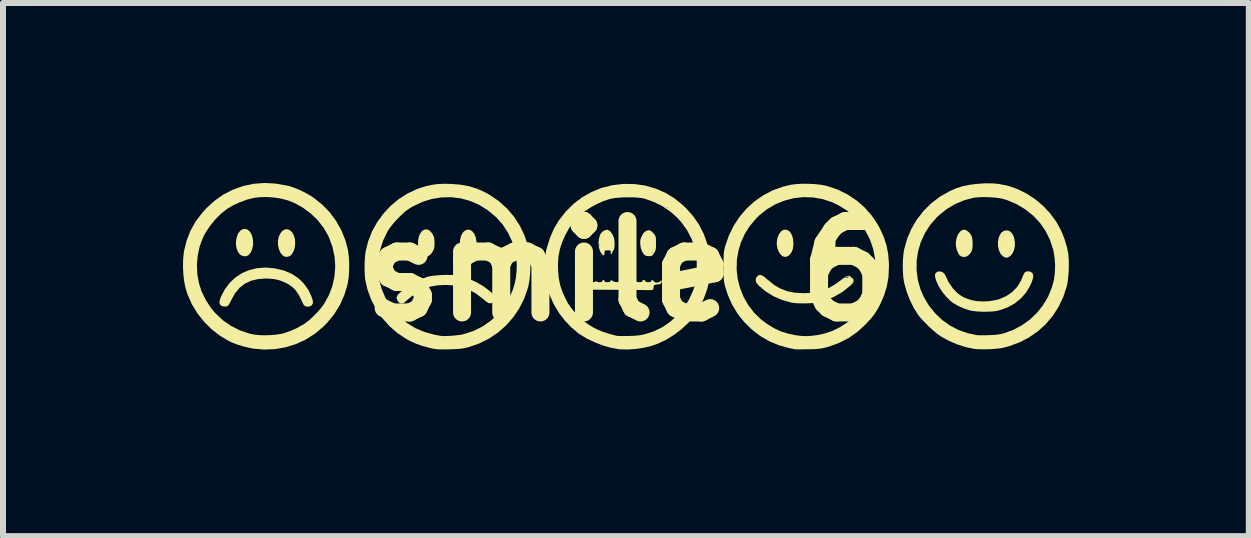
<source format=kicad_pcb>
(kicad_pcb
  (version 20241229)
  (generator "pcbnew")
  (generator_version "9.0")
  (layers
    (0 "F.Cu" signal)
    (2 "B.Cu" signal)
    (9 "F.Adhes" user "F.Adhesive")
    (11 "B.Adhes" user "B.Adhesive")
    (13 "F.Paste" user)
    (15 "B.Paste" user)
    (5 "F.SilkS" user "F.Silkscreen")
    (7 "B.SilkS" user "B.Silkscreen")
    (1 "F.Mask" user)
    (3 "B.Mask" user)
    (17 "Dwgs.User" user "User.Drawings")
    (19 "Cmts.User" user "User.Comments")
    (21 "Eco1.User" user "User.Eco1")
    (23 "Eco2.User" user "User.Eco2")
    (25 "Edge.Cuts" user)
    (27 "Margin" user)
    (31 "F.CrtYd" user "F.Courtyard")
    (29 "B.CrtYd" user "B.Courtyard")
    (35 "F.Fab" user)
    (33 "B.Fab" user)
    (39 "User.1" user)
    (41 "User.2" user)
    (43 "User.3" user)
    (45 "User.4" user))
  (footprint "smile 6"
    (layer "F.Cu")
    (at 7.41 1.469)
    (property "Reference" "smile 6" (at 0 0 0) (layer "F.SilkS") (effects (font (size 1.524 1.524) (thickness 0.3))))
    (attr board_only exclude_from_pos_files exclude_from_bom)
    (fp_poly (pts (xy 0.729 0.151) (xy 0.786 0.164) (xy 0.823 0.189) (xy 0.839 0.225) (xy 0.84 0.235) (xy 0.832 0.271) (xy 0.807 0.294) (xy 0.763 0.306) (xy 0.718 0.309) (xy 0.676 0.308) (xy 0.655 0.305) (xy 0.649 0.298) (xy 0.653 0.286) (xy 0.654 0.285) (xy 0.662 0.258) (xy 0.666 0.219) (xy 0.667 0.203) (xy 0.667 0.145)) (stroke (width 0) (type solid)) (fill yes) (layer "F.SilkS"))
    (fp_poly (pts (xy -6.337 -0.693) (xy -6.299 -0.662) (xy -6.27 -0.617) (xy -6.25 -0.56) (xy -6.241 -0.497) (xy -6.242 -0.432) (xy -6.255 -0.369) (xy -6.279 -0.311) (xy -6.311 -0.271) (xy -6.347 -0.25) (xy -6.392 -0.247) (xy -6.437 -0.261) (xy -6.463 -0.28) (xy -6.497 -0.327) (xy -6.518 -0.385) (xy -6.527 -0.448) (xy -6.524 -0.513) (xy -6.511 -0.574) (xy -6.489 -0.628) (xy -6.457 -0.671) (xy -6.417 -0.697) (xy -6.382 -0.704)) (stroke (width 0) (type solid)) (fill yes) (layer "F.SilkS"))
    (fp_poly (pts (xy -2.627 -0.688) (xy -2.589 -0.665) (xy -2.556 -0.624) (xy -2.532 -0.569) (xy -2.518 -0.502) (xy -2.516 -0.463) (xy -2.523 -0.392) (xy -2.541 -0.331) (xy -2.569 -0.283) (xy -2.603 -0.25) (xy -2.642 -0.234) (xy -2.683 -0.238) (xy -2.723 -0.264) (xy -2.724 -0.266) (xy -2.76 -0.317) (xy -2.784 -0.38) (xy -2.794 -0.45) (xy -2.791 -0.52) (xy -2.775 -0.585) (xy -2.747 -0.64) (xy -2.714 -0.672) (xy -2.67 -0.691)) (stroke (width 0) (type solid)) (fill yes) (layer "F.SilkS"))
    (fp_poly (pts (xy 2.669 -0.682) (xy 2.704 -0.657) (xy 2.739 -0.605) (xy 2.76 -0.537) (xy 2.766 -0.455) (xy 2.758 -0.374) (xy 2.733 -0.31) (xy 2.693 -0.263) (xy 2.671 -0.249) (xy 2.637 -0.236) (xy 2.605 -0.24) (xy 2.581 -0.25) (xy 2.558 -0.27) (xy 2.533 -0.303) (xy 2.519 -0.327) (xy 2.497 -0.388) (xy 2.488 -0.451) (xy 2.491 -0.512) (xy 2.505 -0.569) (xy 2.527 -0.618) (xy 2.556 -0.657) (xy 2.591 -0.683) (xy 2.629 -0.692)) (stroke (width 0) (type solid)) (fill yes) (layer "F.SilkS"))
    (fp_poly (pts (xy 3.361 -0.684) (xy 3.4 -0.657) (xy 3.436 -0.609) (xy 3.446 -0.588) (xy 3.464 -0.529) (xy 3.469 -0.462) (xy 3.463 -0.394) (xy 3.446 -0.332) (xy 3.42 -0.282) (xy 3.399 -0.259) (xy 3.356 -0.239) (xy 3.31 -0.237) (xy 3.269 -0.254) (xy 3.262 -0.26) (xy 3.226 -0.303) (xy 3.204 -0.353) (xy 3.194 -0.416) (xy 3.193 -0.457) (xy 3.2 -0.534) (xy 3.219 -0.597) (xy 3.247 -0.645) (xy 3.282 -0.676) (xy 3.321 -0.69)) (stroke (width 0) (type solid)) (fill yes) (layer "F.SilkS"))
    (fp_poly (pts (xy -5.626 -0.68) (xy -5.59 -0.646) (xy -5.562 -0.596) (xy -5.544 -0.531) (xy -5.539 -0.469) (xy -5.544 -0.403) (xy -5.56 -0.347) (xy -5.567 -0.331) (xy -5.591 -0.287) (xy -5.614 -0.26) (xy -5.641 -0.246) (xy -5.67 -0.239) (xy -5.704 -0.238) (xy -5.734 -0.252) (xy -5.752 -0.265) (xy -5.787 -0.309) (xy -5.812 -0.368) (xy -5.826 -0.437) (xy -5.827 -0.507) (xy -5.814 -0.569) (xy -5.785 -0.632) (xy -5.748 -0.674) (xy -5.708 -0.695) (xy -5.666 -0.697)) (stroke (width 0) (type solid)) (fill yes) (layer "F.SilkS"))
    (fp_poly (pts (xy -3.298 -0.676) (xy -3.26 -0.634) (xy -3.251 -0.62) (xy -3.232 -0.584) (xy -3.222 -0.551) (xy -3.218 -0.509) (xy -3.217 -0.469) (xy -3.218 -0.416) (xy -3.224 -0.378) (xy -3.237 -0.344) (xy -3.251 -0.319) (xy -3.288 -0.271) (xy -3.332 -0.246) (xy -3.377 -0.244) (xy -3.419 -0.265) (xy -3.454 -0.305) (xy -3.478 -0.362) (xy -3.491 -0.43) (xy -3.491 -0.506) (xy -3.478 -0.577) (xy -3.453 -0.633) (xy -3.42 -0.672) (xy -3.381 -0.693) (xy -3.34 -0.695)) (stroke (width 0) (type solid)) (fill yes) (layer "F.SilkS"))
    (fp_poly (pts (xy 6.367 -0.668) (xy 6.403 -0.638) (xy 6.431 -0.593) (xy 6.449 -0.537) (xy 6.458 -0.476) (xy 6.456 -0.412) (xy 6.443 -0.351) (xy 6.419 -0.296) (xy 6.383 -0.253) (xy 6.378 -0.249) (xy 6.346 -0.231) (xy 6.317 -0.222) (xy 6.316 -0.222) (xy 6.288 -0.23) (xy 6.256 -0.248) (xy 6.254 -0.249) (xy 6.215 -0.294) (xy 6.189 -0.355) (xy 6.175 -0.426) (xy 6.176 -0.499) (xy 6.192 -0.57) (xy 6.198 -0.584) (xy 6.229 -0.637) (xy 6.268 -0.668) (xy 6.317 -0.679) (xy 6.323 -0.679)) (stroke (width 0) (type solid)) (fill yes) (layer "F.SilkS"))
    (fp_poly (pts (xy 5.647 -0.681) (xy 5.684 -0.654) (xy 5.717 -0.617) (xy 5.736 -0.584) (xy 5.747 -0.54) (xy 5.753 -0.482) (xy 5.753 -0.419) (xy 5.747 -0.362) (xy 5.746 -0.359) (xy 5.728 -0.314) (xy 5.696 -0.274) (xy 5.657 -0.245) (xy 5.617 -0.235) (xy 5.581 -0.239) (xy 5.554 -0.248) (xy 5.553 -0.248) (xy 5.528 -0.273) (xy 5.504 -0.316) (xy 5.485 -0.368) (xy 5.474 -0.423) (xy 5.474 -0.425) (xy 5.474 -0.493) (xy 5.487 -0.557) (xy 5.511 -0.614) (xy 5.543 -0.658) (xy 5.581 -0.685) (xy 5.612 -0.691)) (stroke (width 0) (type solid)) (fill yes) (layer "F.SilkS"))
    (fp_poly (pts (xy 0.382 -0.676) (xy 0.416 -0.649) (xy 0.438 -0.624) (xy 0.456 -0.601) (xy 0.467 -0.58) (xy 0.473 -0.554) (xy 0.475 -0.516) (xy 0.475 -0.464) (xy 0.475 -0.408) (xy 0.472 -0.37) (xy 0.465 -0.342) (xy 0.453 -0.317) (xy 0.442 -0.299) (xy 0.419 -0.268) (xy 0.4 -0.253) (xy 0.373 -0.249) (xy 0.353 -0.249) (xy 0.308 -0.255) (xy 0.281 -0.27) (xy 0.281 -0.27) (xy 0.25 -0.315) (xy 0.407 -0.315) (xy 0.414 -0.309) (xy 0.42 -0.315) (xy 0.414 -0.321) (xy 0.407 -0.315) (xy 0.25 -0.315) (xy 0.244 -0.324) (xy 0.222 -0.383) (xy 0.214 -0.438) (xy 0.211 -0.487) (xy 0.215 -0.524) (xy 0.228 -0.562) (xy 0.238 -0.584) (xy 0.267 -0.634) (xy 0.3 -0.664) (xy 0.31 -0.67) (xy 0.348 -0.682)) (stroke (width 0) (type solid)) (fill yes) (layer "F.SilkS"))
    (fp_poly (pts (xy -0.326 -0.686) (xy -0.293 -0.667) (xy -0.261 -0.629) (xy -0.235 -0.578) (xy -0.222 -0.538) (xy -0.217 -0.499) (xy -0.215 -0.455) (xy -0.217 -0.411) (xy -0.222 -0.374) (xy -0.229 -0.35) (xy -0.235 -0.346) (xy -0.244 -0.335) (xy -0.252 -0.315) (xy -0.262 -0.292) (xy -0.273 -0.284) (xy -0.282 -0.294) (xy -0.281 -0.315) (xy -0.279 -0.334) (xy -0.288 -0.343) (xy -0.312 -0.346) (xy -0.329 -0.346) (xy -0.362 -0.345) (xy -0.378 -0.338) (xy -0.383 -0.32) (xy -0.383 -0.303) (xy -0.386 -0.27) (xy -0.396 -0.261) (xy -0.416 -0.274) (xy -0.429 -0.287) (xy -0.459 -0.334) (xy -0.476 -0.396) (xy -0.48 -0.438) (xy -0.469 -0.438) (xy -0.463 -0.432) (xy -0.457 -0.438) (xy -0.463 -0.445) (xy -0.469 -0.438) (xy -0.48 -0.438) (xy -0.483 -0.466) (xy -0.477 -0.536) (xy -0.459 -0.6) (xy -0.451 -0.616) (xy -0.423 -0.652) (xy -0.384 -0.678) (xy -0.343 -0.688)) (stroke (width 0) (type solid)) (fill yes) (layer "F.SilkS"))
    (fp_poly (pts (xy -2.941 0.064) (xy -2.862 0.07) (xy -2.809 0.078) (xy -2.673 0.117) (xy -2.538 0.175) (xy -2.41 0.247) (xy -2.297 0.331) (xy -2.263 0.362) (xy -2.225 0.407) (xy -2.21 0.448) (xy -2.219 0.486) (xy -2.232 0.504) (xy -2.259 0.53) (xy -2.286 0.539) (xy -2.317 0.532) (xy -2.357 0.508) (xy -2.408 0.465) (xy -2.524 0.375) (xy -2.646 0.308) (xy -2.775 0.262) (xy -2.916 0.237) (xy -3.031 0.231) (xy -3.162 0.237) (xy -3.281 0.257) (xy -3.391 0.295) (xy -3.498 0.35) (xy -3.606 0.426) (xy -3.689 0.496) (xy -3.722 0.525) (xy -3.747 0.538) (xy -3.771 0.54) (xy -3.792 0.535) (xy -3.811 0.521) (xy -3.831 0.494) (xy -3.835 0.488) (xy -3.847 0.459) (xy -3.848 0.433) (xy -3.836 0.406) (xy -3.809 0.374) (xy -3.764 0.334) (xy -3.728 0.304) (xy -3.607 0.22) (xy -3.475 0.149) (xy -3.346 0.099) (xy -3.287 0.084) (xy -3.209 0.074) (xy -3.121 0.067) (xy -3.029 0.063)) (stroke (width 0) (type solid)) (fill yes) (layer "F.SilkS"))
    (fp_poly (pts (xy -5.889 -0.047) (xy -5.738 -0.012) (xy -5.721 -0.007) (xy -5.6 0.044) (xy -5.492 0.114) (xy -5.4 0.202) (xy -5.324 0.305) (xy -5.269 0.42) (xy -5.265 0.432) (xy -5.249 0.48) (xy -5.243 0.512) (xy -5.244 0.534) (xy -5.249 0.546) (xy -5.271 0.577) (xy -5.299 0.59) (xy -5.328 0.592) (xy -5.36 0.59) (xy -5.383 0.578) (xy -5.403 0.554) (xy -5.423 0.513) (xy -5.432 0.492) (xy -5.478 0.398) (xy -5.529 0.323) (xy -5.589 0.263) (xy -5.664 0.213) (xy -5.702 0.193) (xy -5.795 0.155) (xy -5.895 0.132) (xy -6.008 0.124) (xy -6.026 0.123) (xy -6.158 0.133) (xy -6.275 0.161) (xy -6.377 0.209) (xy -6.464 0.277) (xy -6.538 0.364) (xy -6.59 0.456) (xy -6.614 0.502) (xy -6.635 0.542) (xy -6.651 0.567) (xy -6.654 0.571) (xy -6.682 0.588) (xy -6.721 0.592) (xy -6.761 0.582) (xy -6.776 0.573) (xy -6.797 0.55) (xy -6.802 0.516) (xy -6.792 0.468) (xy -6.777 0.428) (xy -6.711 0.302) (xy -6.63 0.194) (xy -6.533 0.104) (xy -6.424 0.033) (xy -6.304 -0.018) (xy -6.173 -0.049) (xy -6.034 -0.059)) (stroke (width 0) (type solid)) (fill yes) (layer "F.SilkS"))
    (fp_poly (pts (xy 6.709 0.007) (xy 6.741 0.026) (xy 6.759 0.053) (xy 6.764 0.088) (xy 6.755 0.135) (xy 6.733 0.197) (xy 6.708 0.251) (xy 6.642 0.36) (xy 6.557 0.456) (xy 6.456 0.538) (xy 6.341 0.603) (xy 6.215 0.649) (xy 6.144 0.666) (xy 6.076 0.674) (xy 5.993 0.677) (xy 5.904 0.677) (xy 5.818 0.672) (xy 5.743 0.663) (xy 5.723 0.659) (xy 5.673 0.645) (xy 5.611 0.623) (xy 5.548 0.597) (xy 5.523 0.585) (xy 5.463 0.553) (xy 5.415 0.523) (xy 5.372 0.486) (xy 5.323 0.437) (xy 5.319 0.433) (xy 5.266 0.371) (xy 5.219 0.304) (xy 5.18 0.236) (xy 5.15 0.172) (xy 5.131 0.114) (xy 5.125 0.067) (xy 5.134 0.035) (xy 5.136 0.032) (xy 5.169 0.009) (xy 5.209 0.005) (xy 5.25 0.017) (xy 5.283 0.045) (xy 5.299 0.071) (xy 5.353 0.186) (xy 5.423 0.287) (xy 5.497 0.364) (xy 5.547 0.402) (xy 5.597 0.433) (xy 5.657 0.458) (xy 5.728 0.482) (xy 5.818 0.5) (xy 5.921 0.506) (xy 6.03 0.501) (xy 6.136 0.483) (xy 6.205 0.464) (xy 6.318 0.414) (xy 6.415 0.347) (xy 6.495 0.264) (xy 6.556 0.166) (xy 6.582 0.103) (xy 6.599 0.063) (xy 6.617 0.03) (xy 6.628 0.017) (xy 6.667 0.002)) (stroke (width 0) (type solid)) (fill yes) (layer "F.SilkS"))
    (fp_poly (pts (xy 2.246 0.073) (xy 2.284 0.099) (xy 2.335 0.142) (xy 2.341 0.147) (xy 2.444 0.23) (xy 2.55 0.292) (xy 2.663 0.335) (xy 2.787 0.36) (xy 2.926 0.368) (xy 2.982 0.367) (xy 3.088 0.36) (xy 3.181 0.345) (xy 3.268 0.32) (xy 3.352 0.283) (xy 3.44 0.233) (xy 3.537 0.166) (xy 3.582 0.132) (xy 3.618 0.107) (xy 3.632 0.107) (xy 3.638 0.11) (xy 3.651 0.11) (xy 3.676 0.106) (xy 3.686 0.099) (xy 3.687 0.088) (xy 3.667 0.092) (xy 3.649 0.099) (xy 3.632 0.107) (xy 3.618 0.107) (xy 3.631 0.098) (xy 3.667 0.08) (xy 3.691 0.077) (xy 3.714 0.084) (xy 3.72 0.096) (xy 3.727 0.109) (xy 3.735 0.111) (xy 3.756 0.122) (xy 3.768 0.147) (xy 3.767 0.178) (xy 3.766 0.18) (xy 3.752 0.202) (xy 3.725 0.232) (xy 3.696 0.259) (xy 3.577 0.351) (xy 3.441 0.429) (xy 3.297 0.491) (xy 3.224 0.513) (xy 3.169 0.524) (xy 3.098 0.532) (xy 3.015 0.537) (xy 2.93 0.539) (xy 2.848 0.537) (xy 2.778 0.532) (xy 2.73 0.525) (xy 2.571 0.479) (xy 2.429 0.417) (xy 2.301 0.337) (xy 2.189 0.243) (xy 2.15 0.196) (xy 2.135 0.151) (xy 2.144 0.111) (xy 2.163 0.087) (xy 2.189 0.068) (xy 2.215 0.063)) (stroke (width 0) (type solid)) (fill yes) (layer "F.SilkS"))
    (fp_poly (pts (xy 0.292 0.156) (xy 0.296 0.167) (xy 0.305 0.18) (xy 0.332 0.185) (xy 0.346 0.185) (xy 0.38 0.182) (xy 0.394 0.172) (xy 0.395 0.167) (xy 0.402 0.151) (xy 0.419 0.151) (xy 0.438 0.168) (xy 0.441 0.172) (xy 0.464 0.189) (xy 0.498 0.192) (xy 0.531 0.183) (xy 0.551 0.167) (xy 0.563 0.152) (xy 0.568 0.158) (xy 0.568 0.176) (xy 0.565 0.197) (xy 0.552 0.211) (xy 0.524 0.219) (xy 0.476 0.225) (xy 0.475 0.225) (xy 0.448 0.232) (xy 0.438 0.249) (xy 0.437 0.261) (xy 0.43 0.3) (xy 0.412 0.317) (xy 0.397 0.318) (xy 0.381 0.317) (xy 0.343 0.317) (xy 0.285 0.316) (xy 0.209 0.315) (xy 0.119 0.314) (xy 0.016 0.313) (xy -0.096 0.313) (xy -0.216 0.312) (xy -0.231 0.312) (xy -0.839 0.308) (xy -0.858 0.272) (xy -0.87 0.229) (xy -0.86 0.194) (xy -0.83 0.167) (xy -0.779 0.152) (xy -0.732 0.148) (xy -0.691 0.15) (xy -0.66 0.155) (xy -0.648 0.161) (xy -0.622 0.182) (xy -0.586 0.19) (xy -0.551 0.181) (xy -0.548 0.18) (xy -0.524 0.169) (xy -0.512 0.173) (xy -0.495 0.183) (xy -0.468 0.186) (xy -0.44 0.182) (xy -0.422 0.173) (xy -0.42 0.167) (xy -0.41 0.15) (xy -0.401 0.148) (xy -0.385 0.158) (xy -0.383 0.167) (xy -0.375 0.18) (xy -0.348 0.185) (xy -0.333 0.185) (xy -0.299 0.182) (xy -0.285 0.172) (xy -0.284 0.167) (xy -0.279 0.151) (xy -0.262 0.154) (xy -0.242 0.167) (xy -0.209 0.182) (xy -0.172 0.184) (xy -0.143 0.175) (xy -0.14 0.172) (xy -0.125 0.165) (xy -0.118 0.172) (xy -0.101 0.182) (xy -0.073 0.186) (xy -0.045 0.182) (xy -0.027 0.173) (xy -0.025 0.167) (xy -0.015 0.15) (xy -0.006 0.148) (xy 0.01 0.158) (xy 0.012 0.167) (xy 0.021 0.18) (xy 0.048 0.185) (xy 0.062 0.185) (xy 0.096 0.182) (xy 0.11 0.172) (xy 0.111 0.167) (xy 0.117 0.15) (xy 0.122 0.148) (xy 0.136 0.158) (xy 0.14 0.167) (xy 0.159 0.181) (xy 0.197 0.185) (xy 0.232 0.182) (xy 0.246 0.172) (xy 0.247 0.167) (xy 0.257 0.152) (xy 0.272 0.148)) (stroke (width 0) (type solid)) (fill yes) (layer "F.SilkS"))
    (fp_poly (pts (xy -5.868 -1.459) (xy -5.679 -1.426) (xy -5.643 -1.418) (xy -5.554 -1.389) (xy -5.455 -1.348) (xy -5.354 -1.297) (xy -5.261 -1.243) (xy -5.231 -1.222) (xy -5.09 -1.11) (xy -4.965 -0.981) (xy -4.858 -0.836) (xy -4.769 -0.679) (xy -4.702 -0.512) (xy -4.66 -0.352) (xy -4.646 -0.247) (xy -4.639 -0.13) (xy -4.64 -0.009) (xy -4.648 0.106) (xy -4.664 0.208) (xy -4.667 0.222) (xy -4.721 0.401) (xy -4.795 0.566) (xy -4.888 0.717) (xy -5.003 0.858) (xy -5.071 0.927) (xy -5.212 1.045) (xy -5.365 1.142) (xy -5.528 1.217) (xy -5.7 1.27) (xy -5.877 1.301) (xy -6.058 1.308) (xy -6.241 1.292) (xy -6.257 1.289) (xy -6.334 1.273) (xy -6.419 1.251) (xy -6.504 1.224) (xy -6.58 1.196) (xy -6.632 1.173) (xy -6.788 1.081) (xy -6.93 0.971) (xy -7.058 0.845) (xy -7.169 0.705) (xy -7.261 0.554) (xy -7.332 0.395) (xy -7.367 0.285) (xy -7.389 0.176) (xy -7.404 0.053) (xy -7.41 -0.076) (xy -7.409 -0.103) (xy -7.178 -0.103) (xy -7.17 0.055) (xy -7.142 0.208) (xy -7.101 0.334) (xy -7.027 0.487) (xy -6.936 0.624) (xy -6.87 0.702) (xy -6.748 0.817) (xy -6.611 0.912) (xy -6.463 0.987) (xy -6.307 1.04) (xy -6.236 1.056) (xy -6.157 1.066) (xy -6.064 1.07) (xy -5.964 1.068) (xy -5.866 1.06) (xy -5.779 1.047) (xy -5.742 1.039) (xy -5.629 1.002) (xy -5.513 0.951) (xy -5.405 0.891) (xy -5.382 0.876) (xy -5.312 0.823) (xy -5.237 0.755) (xy -5.164 0.68) (xy -5.1 0.604) (xy -5.056 0.544) (xy -4.976 0.398) (xy -4.918 0.244) (xy -4.884 0.085) (xy -4.872 -0.078) (xy -4.883 -0.241) (xy -4.918 -0.403) (xy -4.976 -0.561) (xy -4.986 -0.583) (xy -5.063 -0.719) (xy -5.161 -0.845) (xy -5.277 -0.957) (xy -5.406 -1.054) (xy -5.547 -1.133) (xy -5.662 -1.179) (xy -5.772 -1.208) (xy -5.895 -1.227) (xy -6.022 -1.235) (xy -6.144 -1.231) (xy -6.218 -1.222) (xy -6.341 -1.192) (xy -6.467 -1.146) (xy -6.588 -1.089) (xy -6.679 -1.034) (xy -6.777 -0.956) (xy -6.872 -0.86) (xy -6.96 -0.752) (xy -7.034 -0.64) (xy -7.075 -0.562) (xy -7.13 -0.416) (xy -7.164 -0.261) (xy -7.178 -0.103) (xy -7.409 -0.103) (xy -7.407 -0.201) (xy -7.395 -0.315) (xy -7.391 -0.341) (xy -7.347 -0.514) (xy -7.285 -0.673) (xy -7.202 -0.822) (xy -7.096 -0.963) (xy -7.02 -1.048) (xy -6.883 -1.173) (xy -6.735 -1.277) (xy -6.576 -1.358) (xy -6.409 -1.418) (xy -6.234 -1.455) (xy -6.054 -1.469)) (stroke (width 0) (type solid)) (fill yes) (layer "F.SilkS"))
    (fp_poly (pts (xy -2.951 -1.454) (xy -2.787 -1.441) (xy -2.637 -1.414) (xy -2.498 -1.37) (xy -2.363 -1.308) (xy -2.299 -1.272) (xy -2.146 -1.167) (xy -2.01 -1.045) (xy -1.892 -0.907) (xy -1.793 -0.754) (xy -1.714 -0.588) (xy -1.657 -0.411) (xy -1.636 -0.315) (xy -1.623 -0.213) (xy -1.618 -0.098) (xy -1.622 0.023) (xy -1.633 0.14) (xy -1.651 0.246) (xy -1.661 0.284) (xy -1.722 0.459) (xy -1.804 0.622) (xy -1.906 0.772) (xy -2.025 0.907) (xy -2.161 1.026) (xy -2.311 1.126) (xy -2.474 1.208) (xy -2.644 1.266) (xy -2.693 1.279) (xy -2.739 1.288) (xy -2.788 1.295) (xy -2.846 1.299) (xy -2.919 1.302) (xy -2.97 1.304) (xy -3.05 1.305) (xy -3.112 1.305) (xy -3.161 1.304) (xy -3.203 1.299) (xy -3.245 1.292) (xy -3.292 1.282) (xy -3.303 1.279) (xy -3.421 1.247) (xy -3.523 1.211) (xy -3.619 1.168) (xy -3.686 1.132) (xy -3.834 1.034) (xy -3.968 0.917) (xy -4.087 0.784) (xy -4.189 0.638) (xy -4.271 0.48) (xy -4.333 0.314) (xy -4.371 0.148) (xy -4.379 0.072) (xy -4.383 -0.02) (xy -4.383 -0.024) (xy -4.158 -0.024) (xy -4.141 0.136) (xy -4.1 0.292) (xy -4.037 0.442) (xy -3.952 0.584) (xy -3.912 0.638) (xy -3.8 0.762) (xy -3.676 0.865) (xy -3.538 0.95) (xy -3.384 1.015) (xy -3.215 1.061) (xy -3.118 1.079) (xy -3.069 1.083) (xy -3.004 1.082) (xy -2.929 1.078) (xy -2.853 1.071) (xy -2.784 1.062) (xy -2.728 1.051) (xy -2.726 1.05) (xy -2.565 0.997) (xy -2.418 0.924) (xy -2.282 0.829) (xy -2.197 0.753) (xy -2.084 0.626) (xy -1.991 0.485) (xy -1.919 0.332) (xy -1.88 0.211) (xy -1.861 0.113) (xy -1.849 0.003) (xy -1.846 -0.11) (xy -1.852 -0.217) (xy -1.866 -0.311) (xy -1.868 -0.318) (xy -1.92 -0.487) (xy -1.992 -0.64) (xy -2.083 -0.779) (xy -2.194 -0.903) (xy -2.204 -0.911) (xy -2.336 -1.02) (xy -2.478 -1.107) (xy -2.628 -1.171) (xy -2.783 -1.213) (xy -2.942 -1.232) (xy -3.103 -1.228) (xy -3.264 -1.202) (xy -3.423 -1.152) (xy -3.578 -1.078) (xy -3.64 -1.041) (xy -3.7 -0.998) (xy -3.766 -0.939) (xy -3.835 -0.87) (xy -3.9 -0.798) (xy -3.957 -0.727) (xy -3.999 -0.664) (xy -4 -0.661) (xy -4.075 -0.506) (xy -4.125 -0.347) (xy -4.153 -0.186) (xy -4.158 -0.024) (xy -4.383 -0.024) (xy -4.382 -0.119) (xy -4.378 -0.215) (xy -4.369 -0.301) (xy -4.365 -0.327) (xy -4.323 -0.497) (xy -4.259 -0.66) (xy -4.174 -0.813) (xy -4.071 -0.955) (xy -3.952 -1.084) (xy -3.818 -1.197) (xy -3.671 -1.291) (xy -3.513 -1.366) (xy -3.454 -1.387) (xy -3.353 -1.418) (xy -3.258 -1.438) (xy -3.161 -1.451) (xy -3.055 -1.455)) (stroke (width 0) (type solid)) (fill yes) (layer "F.SilkS"))
    (fp_poly (pts (xy 6.083 -1.462) (xy 6.181 -1.454) (xy 6.342 -1.423) (xy 6.499 -1.368) (xy 6.651 -1.293) (xy 6.794 -1.2) (xy 6.926 -1.089) (xy 7.044 -0.963) (xy 7.146 -0.825) (xy 7.227 -0.679) (xy 7.284 -0.538) (xy 7.327 -0.392) (xy 7.348 -0.284) (xy 7.355 -0.204) (xy 7.357 -0.109) (xy 7.355 -0.008) (xy 7.347 0.093) (xy 7.336 0.185) (xy 7.323 0.25) (xy 7.266 0.427) (xy 7.188 0.592) (xy 7.091 0.744) (xy 6.976 0.88) (xy 6.844 1.001) (xy 6.696 1.104) (xy 6.535 1.188) (xy 6.361 1.252) (xy 6.254 1.28) (xy 6.193 1.29) (xy 6.115 1.297) (xy 6.029 1.302) (xy 5.941 1.304) (xy 5.86 1.303) (xy 5.793 1.298) (xy 5.782 1.297) (xy 5.642 1.268) (xy 5.497 1.222) (xy 5.356 1.162) (xy 5.229 1.092) (xy 5.211 1.08) (xy 5.151 1.036) (xy 5.082 0.977) (xy 5.01 0.911) (xy 4.941 0.841) (xy 4.881 0.775) (xy 4.843 0.727) (xy 4.77 0.611) (xy 4.705 0.479) (xy 4.651 0.336) (xy 4.611 0.191) (xy 4.598 0.11) (xy 4.591 0.012) (xy 4.59 -0.015) (xy 4.819 -0.015) (xy 4.839 0.144) (xy 4.883 0.301) (xy 4.94 0.432) (xy 5.025 0.575) (xy 5.127 0.702) (xy 5.245 0.814) (xy 5.376 0.908) (xy 5.518 0.982) (xy 5.668 1.034) (xy 5.73 1.048) (xy 5.772 1.057) (xy 5.808 1.064) (xy 5.822 1.067) (xy 5.843 1.069) (xy 5.884 1.07) (xy 5.938 1.07) (xy 6 1.069) (xy 6.014 1.068) (xy 6.104 1.064) (xy 6.177 1.057) (xy 6.238 1.046) (xy 6.272 1.038) (xy 6.43 0.98) (xy 6.577 0.902) (xy 6.71 0.806) (xy 6.828 0.693) (xy 6.929 0.565) (xy 7.012 0.425) (xy 7.074 0.273) (xy 7.107 0.153) (xy 7.123 0.037) (xy 7.128 -0.09) (xy 7.12 -0.218) (xy 7.101 -0.337) (xy 7.095 -0.361) (xy 7.042 -0.522) (xy 6.968 -0.671) (xy 6.874 -0.806) (xy 6.761 -0.925) (xy 6.631 -1.029) (xy 6.486 -1.116) (xy 6.325 -1.184) (xy 6.273 -1.2) (xy 6.212 -1.214) (xy 6.134 -1.224) (xy 6.046 -1.231) (xy 5.955 -1.234) (xy 5.869 -1.232) (xy 5.796 -1.226) (xy 5.774 -1.223) (xy 5.615 -1.182) (xy 5.462 -1.118) (xy 5.319 -1.033) (xy 5.189 -0.928) (xy 5.155 -0.896) (xy 5.046 -0.77) (xy 4.958 -0.632) (xy 4.89 -0.485) (xy 4.844 -0.332) (xy 4.82 -0.174) (xy 4.819 -0.015) (xy 4.59 -0.015) (xy 4.589 -0.093) (xy 4.592 -0.198) (xy 4.601 -0.294) (xy 4.611 -0.358) (xy 4.661 -0.537) (xy 4.733 -0.706) (xy 4.825 -0.862) (xy 4.937 -1.005) (xy 5.065 -1.132) (xy 5.21 -1.242) (xy 5.371 -1.333) (xy 5.485 -1.383) (xy 5.584 -1.414) (xy 5.7 -1.438) (xy 5.826 -1.454) (xy 5.956 -1.463)) (stroke (width 0) (type solid)) (fill yes) (layer "F.SilkS"))
    (fp_poly (pts (xy 3.019 -1.455) (xy 3.127 -1.45) (xy 3.227 -1.439) (xy 3.311 -1.423) (xy 3.32 -1.42) (xy 3.498 -1.361) (xy 3.663 -1.28) (xy 3.815 -1.18) (xy 3.951 -1.062) (xy 4.07 -0.927) (xy 4.172 -0.775) (xy 4.211 -0.703) (xy 4.275 -0.561) (xy 4.319 -0.423) (xy 4.346 -0.282) (xy 4.358 -0.129) (xy 4.358 -0.069) (xy 4.35 0.1) (xy 4.323 0.257) (xy 4.277 0.406) (xy 4.216 0.546) (xy 4.179 0.617) (xy 4.144 0.675) (xy 4.109 0.728) (xy 4.066 0.781) (xy 4.014 0.84) (xy 3.97 0.887) (xy 3.836 1.01) (xy 3.687 1.115) (xy 3.525 1.198) (xy 3.353 1.26) (xy 3.298 1.275) (xy 3.252 1.286) (xy 3.207 1.293) (xy 3.158 1.298) (xy 3.097 1.301) (xy 3.019 1.303) (xy 3.013 1.303) (xy 2.943 1.304) (xy 2.88 1.305) (xy 2.829 1.304) (xy 2.795 1.303) (xy 2.784 1.302) (xy 2.759 1.296) (xy 2.719 1.288) (xy 2.692 1.283) (xy 2.522 1.236) (xy 2.361 1.168) (xy 2.21 1.08) (xy 2.07 0.972) (xy 1.945 0.849) (xy 1.835 0.71) (xy 1.743 0.558) (xy 1.671 0.395) (xy 1.634 0.278) (xy 1.622 0.232) (xy 1.613 0.192) (xy 1.607 0.153) (xy 1.603 0.109) (xy 1.601 0.055) (xy 1.6 -0.015) (xy 1.6 -0.031) (xy 1.819 -0.031) (xy 1.836 0.127) (xy 1.876 0.282) (xy 1.935 0.429) (xy 2.014 0.568) (xy 2.112 0.695) (xy 2.228 0.807) (xy 2.325 0.88) (xy 2.445 0.953) (xy 2.564 1.008) (xy 2.689 1.046) (xy 2.797 1.068) (xy 2.89 1.08) (xy 2.973 1.084) (xy 3.058 1.08) (xy 3.149 1.069) (xy 3.288 1.04) (xy 3.413 0.998) (xy 3.533 0.94) (xy 3.654 0.862) (xy 3.67 0.85) (xy 3.79 0.746) (xy 3.896 0.625) (xy 3.985 0.489) (xy 4.055 0.342) (xy 4.104 0.188) (xy 4.118 0.119) (xy 4.134 -0.045) (xy 4.126 -0.207) (xy 4.097 -0.364) (xy 4.046 -0.515) (xy 3.975 -0.657) (xy 3.885 -0.789) (xy 3.777 -0.908) (xy 3.654 -1.012) (xy 3.514 -1.099) (xy 3.405 -1.15) (xy 3.25 -1.201) (xy 3.09 -1.228) (xy 2.93 -1.233) (xy 2.771 -1.215) (xy 2.616 -1.175) (xy 2.467 -1.114) (xy 2.328 -1.033) (xy 2.2 -0.932) (xy 2.147 -0.88) (xy 2.041 -0.754) (xy 1.956 -0.622) (xy 1.892 -0.48) (xy 1.852 -0.351) (xy 1.824 -0.192) (xy 1.819 -0.031) (xy 1.6 -0.031) (xy 1.6 -0.08) (xy 1.601 -0.167) (xy 1.602 -0.234) (xy 1.605 -0.286) (xy 1.609 -0.328) (xy 1.616 -0.366) (xy 1.625 -0.403) (xy 1.627 -0.412) (xy 1.689 -0.59) (xy 1.77 -0.756) (xy 1.87 -0.908) (xy 1.987 -1.044) (xy 2.119 -1.163) (xy 2.265 -1.265) (xy 2.423 -1.347) (xy 2.593 -1.408) (xy 2.722 -1.439) (xy 2.809 -1.45) (xy 2.911 -1.456)) (stroke (width 0) (type solid)) (fill yes) (layer "F.SilkS"))
    (fp_poly (pts (xy 0.12 -1.451) (xy 0.299 -1.425) (xy 0.471 -1.375) (xy 0.635 -1.303) (xy 0.788 -1.209) (xy 0.931 -1.092) (xy 0.966 -1.059) (xy 1.089 -0.922) (xy 1.188 -0.781) (xy 1.265 -0.632) (xy 1.299 -0.543) (xy 1.314 -0.498) (xy 1.327 -0.457) (xy 1.339 -0.414) (xy 1.351 -0.363) (xy 1.367 -0.296) (xy 1.37 -0.282) (xy 1.378 -0.227) (xy 1.382 -0.156) (xy 1.382 -0.074) (xy 1.379 0.01) (xy 1.372 0.091) (xy 1.364 0.152) (xy 1.329 0.299) (xy 1.275 0.449) (xy 1.206 0.594) (xy 1.127 0.726) (xy 1.108 0.752) (xy 1.015 0.862) (xy 0.903 0.967) (xy 0.777 1.062) (xy 0.643 1.145) (xy 0.506 1.21) (xy 0.383 1.253) (xy 0.259 1.28) (xy 0.13 1.299) (xy 0.002 1.307) (xy -0.115 1.304) (xy -0.154 1.301) (xy -0.281 1.277) (xy -0.415 1.238) (xy -0.549 1.186) (xy -0.677 1.125) (xy -0.789 1.057) (xy -0.821 1.035) (xy -0.936 0.938) (xy -1.043 0.826) (xy -1.137 0.705) (xy -1.214 0.579) (xy -1.248 0.511) (xy -1.268 0.466) (xy -1.285 0.427) (xy -1.296 0.402) (xy -1.297 0.401) (xy -1.305 0.379) (xy -1.317 0.34) (xy -1.331 0.289) (xy -1.342 0.247) (xy -1.356 0.192) (xy -1.365 0.144) (xy -1.371 0.096) (xy -1.374 0.042) (xy -1.376 -0.026) (xy -1.376 -0.074) (xy -1.375 -0.118) (xy -1.159 -0.118) (xy -1.157 -0.019) (xy -1.146 0.114) (xy -1.123 0.232) (xy -1.085 0.346) (xy -1.046 0.432) (xy -1.023 0.478) (xy -1.004 0.516) (xy -0.991 0.539) (xy -0.988 0.543) (xy -0.978 0.556) (xy -0.96 0.583) (xy -0.946 0.604) (xy -0.913 0.648) (xy -0.865 0.701) (xy -0.808 0.758) (xy -0.749 0.813) (xy -0.692 0.86) (xy -0.651 0.89) (xy -0.575 0.937) (xy -0.496 0.977) (xy -0.411 1.012) (xy -0.313 1.044) (xy -0.197 1.075) (xy -0.179 1.079) (xy -0.158 1.081) (xy -0.118 1.082) (xy -0.063 1.083) (xy 0.000033 1.082) (xy 0.019 1.082) (xy 0.109 1.078) (xy 0.183 1.072) (xy 0.247 1.062) (xy 0.296 1.05) (xy 0.446 1.001) (xy 0.582 0.934) (xy 0.71 0.847) (xy 0.832 0.737) (xy 0.835 0.734) (xy 0.942 0.609) (xy 1.029 0.469) (xy 1.097 0.316) (xy 1.126 0.222) (xy 1.137 0.177) (xy 1.145 0.134) (xy 1.15 0.088) (xy 1.153 0.032) (xy 1.154 -0.039) (xy 1.154 -0.08) (xy 1.154 -0.161) (xy 1.151 -0.223) (xy 1.147 -0.272) (xy 1.141 -0.314) (xy 1.131 -0.356) (xy 1.126 -0.375) (xy 1.069 -0.536) (xy 0.994 -0.68) (xy 0.899 -0.812) (xy 0.829 -0.89) (xy 0.71 -0.995) (xy 0.62 -1.056) (xy 0.654 -1.056) (xy 0.661 -1.05) (xy 0.667 -1.056) (xy 0.661 -1.062) (xy 0.654 -1.056) (xy 0.62 -1.056) (xy 0.581 -1.083) (xy 0.436 -1.154) (xy 0.29 -1.206) (xy 0.233 -1.218) (xy 0.158 -1.226) (xy 0.071 -1.23) (xy -0.022 -1.23) (xy -0.114 -1.226) (xy -0.2 -1.219) (xy -0.273 -1.207) (xy -0.303 -1.2) (xy -0.402 -1.167) (xy -0.508 -1.119) (xy -0.611 -1.063) (xy -0.701 -1.004) (xy -0.707 -0.999) (xy -0.765 -0.951) (xy -0.826 -0.894) (xy -0.884 -0.832) (xy -0.934 -0.774) (xy -0.969 -0.723) (xy -0.971 -0.721) (xy -1.041 -0.592) (xy -1.093 -0.473) (xy -1.129 -0.358) (xy -1.151 -0.242) (xy -1.159 -0.118) (xy -1.375 -0.118) (xy -1.375 -0.152) (xy -1.373 -0.213) (xy -1.369 -0.263) (xy -1.362 -0.308) (xy -1.352 -0.357) (xy -1.342 -0.395) (xy -1.29 -0.56) (xy -1.226 -0.707) (xy -1.148 -0.839) (xy -1.147 -0.841) (xy -1.031 -0.99) (xy -0.9 -1.12) (xy -0.756 -1.23) (xy -0.6 -1.318) (xy -0.434 -1.386) (xy -0.257 -1.431) (xy -0.073 -1.453) (xy -0.066 -1.453)) (stroke (width 0) (type solid)) (fill yes) (layer "F.SilkS")))
  (gr_rect
    (start -3 -3)
    (end 17.767 5.887)
    (stroke (width 0.1) (type default))
    (fill no)
    (layer "Edge.Cuts")))
</source>
